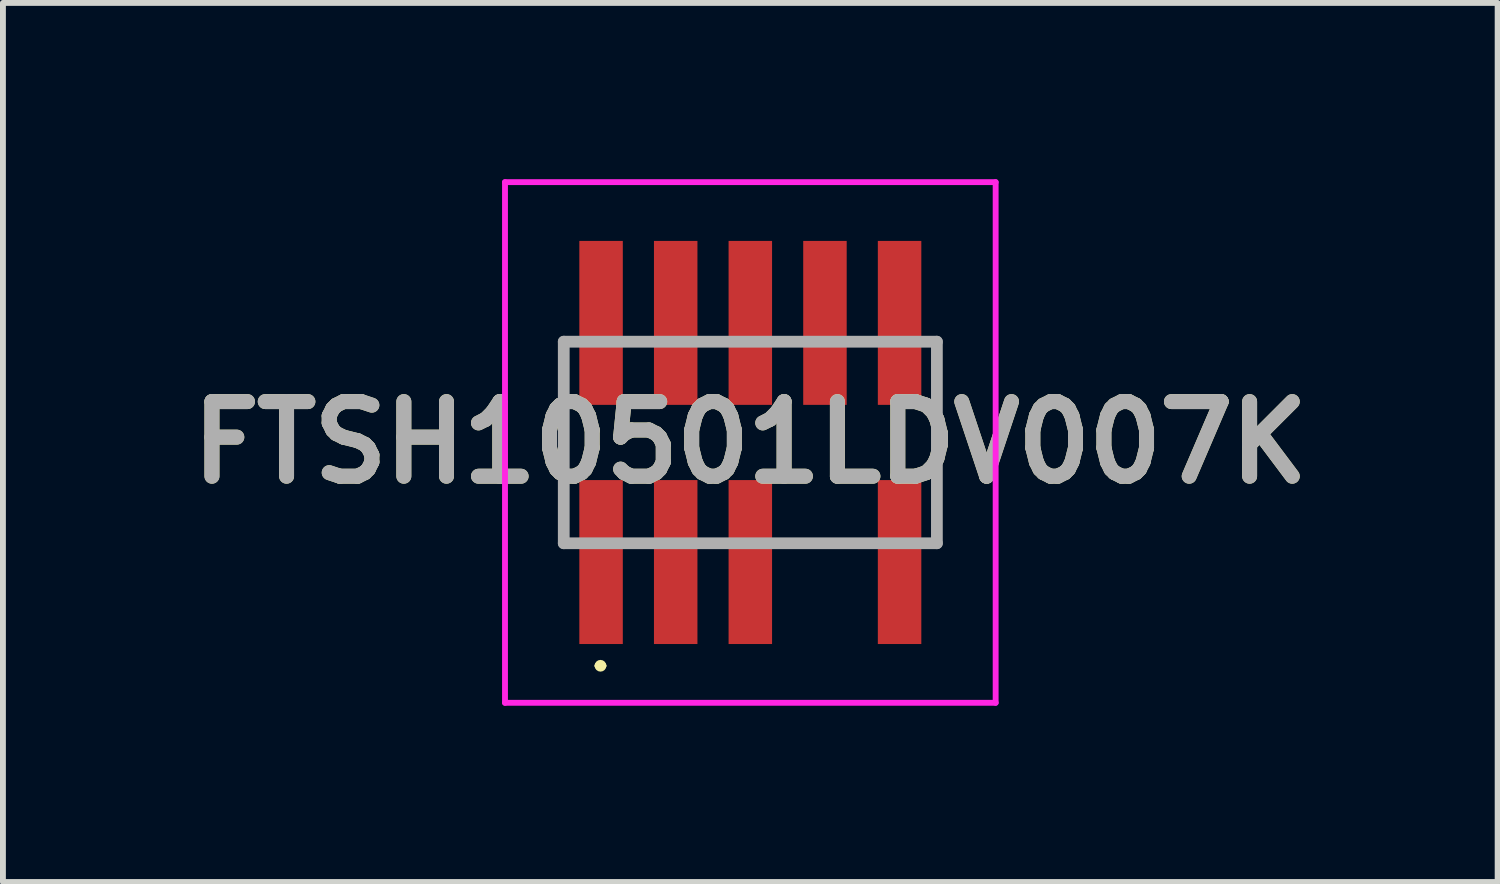
<source format=kicad_pcb>
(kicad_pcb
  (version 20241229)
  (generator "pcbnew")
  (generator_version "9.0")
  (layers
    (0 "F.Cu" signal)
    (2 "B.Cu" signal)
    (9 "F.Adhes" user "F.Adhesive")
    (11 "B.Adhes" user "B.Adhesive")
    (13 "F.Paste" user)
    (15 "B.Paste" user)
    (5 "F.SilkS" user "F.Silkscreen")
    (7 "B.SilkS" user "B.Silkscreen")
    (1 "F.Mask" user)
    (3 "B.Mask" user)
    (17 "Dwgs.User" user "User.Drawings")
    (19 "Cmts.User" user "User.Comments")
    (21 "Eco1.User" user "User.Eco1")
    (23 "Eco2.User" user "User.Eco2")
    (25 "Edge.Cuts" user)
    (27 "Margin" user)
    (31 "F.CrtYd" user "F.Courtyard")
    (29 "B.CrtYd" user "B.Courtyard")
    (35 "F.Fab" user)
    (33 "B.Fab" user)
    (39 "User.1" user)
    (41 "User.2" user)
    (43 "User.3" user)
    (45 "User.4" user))
  (footprint "FTSH10501LDV007K"
    (layer "F.Cu")
    (at 9.719 4.48)
    (property "Reference" "FTSH10501LDV007K" (at 0 0 0) (layer "F.SilkS") (effects (font (size 1.27 1.27) (thickness 0.254))))
    (attr smd)
    (fp_line (start -3.175 -1.715) (end -3.175 1.715) (stroke (width 0.1) (type solid)) (layer "F.SilkS"))
    (fp_line (start -2.6 3.8) (end -2.6 3.8) (stroke (width 0.1) (type solid)) (layer "F.SilkS"))
    (fp_line (start -2.5 3.8) (end -2.5 3.8) (stroke (width 0.1) (type solid)) (layer "F.SilkS"))
    (fp_line (start 3.175 -1.715) (end 3.175 1.715) (stroke (width 0.1) (type solid)) (layer "F.SilkS"))
    (fp_arc (start -2.6 3.8) (mid -2.55 3.75) (end -2.5 3.8) (stroke (width 0.1) (type solid)) (layer "F.SilkS"))
    (fp_arc (start -2.5 3.8) (mid -2.55 3.85) (end -2.6 3.8) (stroke (width 0.1) (type solid)) (layer "F.SilkS"))
    (fp_line (start -4.175 -4.43) (end 4.175 -4.43) (stroke (width 0.1) (type solid)) (layer "F.CrtYd"))
    (fp_line (start -4.175 4.43) (end -4.175 -4.43) (stroke (width 0.1) (type solid)) (layer "F.CrtYd"))
    (fp_line (start 4.175 -4.43) (end 4.175 4.43) (stroke (width 0.1) (type solid)) (layer "F.CrtYd"))
    (fp_line (start 4.175 4.43) (end -4.175 4.43) (stroke (width 0.1) (type solid)) (layer "F.CrtYd"))
    (fp_line (start -3.175 -1.715) (end 3.175 -1.715) (stroke (width 0.2) (type solid)) (layer "F.Fab"))
    (fp_line (start -3.175 1.715) (end -3.175 -1.715) (stroke (width 0.2) (type solid)) (layer "F.Fab"))
    (fp_line (start 3.175 -1.715) (end 3.175 1.715) (stroke (width 0.2) (type solid)) (layer "F.Fab"))
    (fp_line (start 3.175 1.715) (end -3.175 1.715) (stroke (width 0.2) (type solid)) (layer "F.Fab"))
    (fp_text user "${REFERENCE}" (at 0 0 0) (layer "F.Fab") (effects (font (size 1.27 1.27) (thickness 0.254))))
    (pad "1" smd rect (at -2.54 2.035) (size 0.74 2.79) (layers "F.Cu" "F.Mask" "F.Paste"))
    (pad "2" smd rect (at -2.54 -2.035) (size 0.74 2.79) (layers "F.Cu" "F.Mask" "F.Paste"))
    (pad "3" smd rect (at -1.27 2.035) (size 0.74 2.79) (layers "F.Cu" "F.Mask" "F.Paste"))
    (pad "4" smd rect (at -1.27 -2.035) (size 0.74 2.79) (layers "F.Cu" "F.Mask" "F.Paste"))
    (pad "5" smd rect (at 0 2.035) (size 0.74 2.79) (layers "F.Cu" "F.Mask" "F.Paste"))
    (pad "6" smd rect (at 0 -2.035) (size 0.74 2.79) (layers "F.Cu" "F.Mask" "F.Paste"))
    (pad "8" smd rect (at 1.27 -2.035) (size 0.74 2.79) (layers "F.Cu" "F.Mask" "F.Paste"))
    (pad "9" smd rect (at 2.54 2.035) (size 0.74 2.79) (layers "F.Cu" "F.Mask" "F.Paste"))
    (pad "10" smd rect (at 2.54 -2.035) (size 0.74 2.79) (layers "F.Cu" "F.Mask" "F.Paste")))
  (gr_rect
    (start -3 -3)
    (end 22.437 11.96)
    (stroke (width 0.1) (type default))
    (fill no)
    (layer "Edge.Cuts")))
</source>
